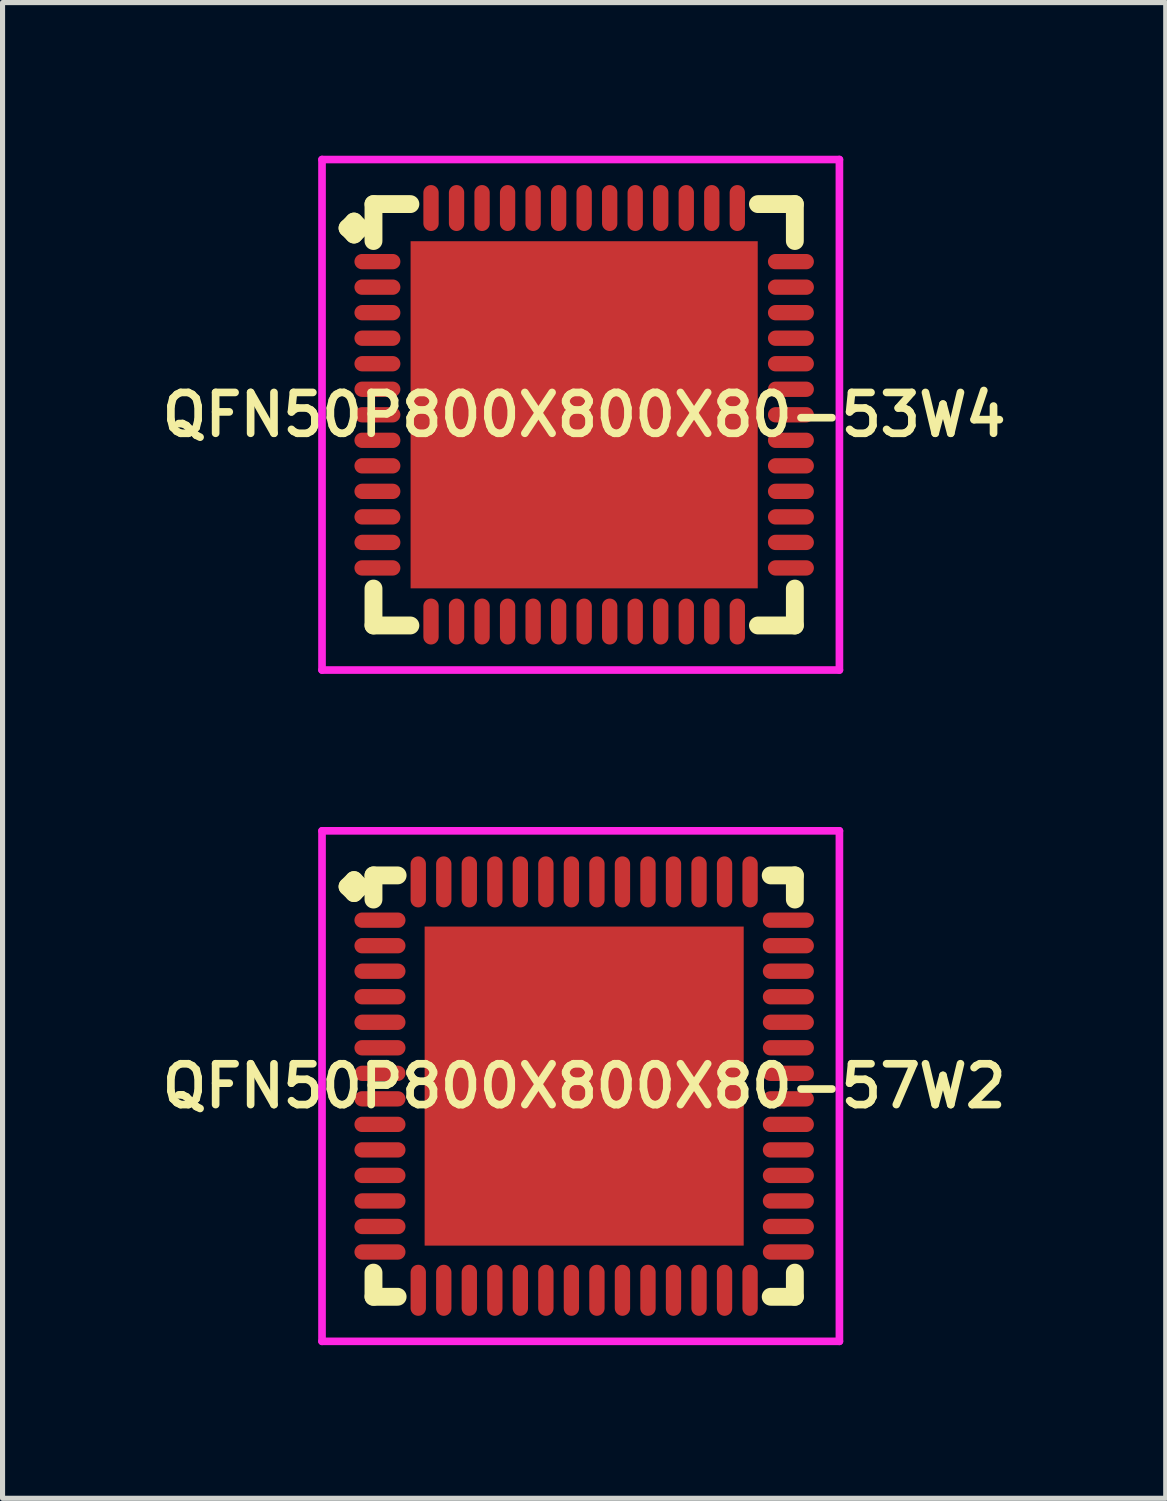
<source format=kicad_pcb>
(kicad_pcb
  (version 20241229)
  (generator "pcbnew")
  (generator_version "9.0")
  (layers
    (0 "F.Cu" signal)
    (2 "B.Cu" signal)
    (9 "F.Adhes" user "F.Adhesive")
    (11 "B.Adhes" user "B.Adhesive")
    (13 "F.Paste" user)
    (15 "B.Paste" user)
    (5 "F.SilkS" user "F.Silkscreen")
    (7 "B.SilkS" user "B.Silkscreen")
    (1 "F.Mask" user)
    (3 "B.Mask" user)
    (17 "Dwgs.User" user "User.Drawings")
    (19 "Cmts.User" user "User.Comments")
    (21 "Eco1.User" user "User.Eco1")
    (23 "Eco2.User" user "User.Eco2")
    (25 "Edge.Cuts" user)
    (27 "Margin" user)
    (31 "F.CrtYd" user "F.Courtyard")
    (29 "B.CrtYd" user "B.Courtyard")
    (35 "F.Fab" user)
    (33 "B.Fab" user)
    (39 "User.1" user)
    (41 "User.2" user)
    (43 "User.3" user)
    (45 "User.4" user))
  (footprint "QFN50P800X800X80-57W2"
    (layer "F.Cu")
    (at 8.393 18.225)
    (property "Reference" "QFN50P800X800X80-57W2" (at 0 0 0) (layer "F.SilkS") (effects (font (size 0.8 0.8) (thickness 0.15))))
    (attr through_hole)
    (fp_line (start -4.635 -3.908) (end -4.508 -4.035) (stroke (width 0.35) (type solid)) (layer "F.SilkS"))
    (fp_line (start -4.508 -4.035) (end -4.381 -3.908) (stroke (width 0.35) (type solid)) (layer "F.SilkS"))
    (fp_line (start -4.508 -3.781) (end -4.635 -3.908) (stroke (width 0.35) (type solid)) (layer "F.SilkS"))
    (fp_line (start -4.381 -3.908) (end -4.508 -3.781) (stroke (width 0.35) (type solid)) (layer "F.SilkS"))
    (fp_line (start -4.127 -4.127) (end -3.654 -4.127) (stroke (width 0.35) (type solid)) (layer "F.SilkS"))
    (fp_line (start -4.127 -3.654) (end -4.127 -4.127) (stroke (width 0.35) (type solid)) (layer "F.SilkS"))
    (fp_line (start -4.127 3.654) (end -4.127 4.127) (stroke (width 0.35) (type solid)) (layer "F.SilkS"))
    (fp_line (start -4.127 4.127) (end -3.654 4.127) (stroke (width 0.35) (type solid)) (layer "F.SilkS"))
    (fp_line (start 3.654 -4.127) (end 4.127 -4.127) (stroke (width 0.35) (type solid)) (layer "F.SilkS"))
    (fp_line (start 3.654 4.127) (end 4.127 4.127) (stroke (width 0.35) (type solid)) (layer "F.SilkS"))
    (fp_line (start 4.127 -4.127) (end 4.127 -3.654) (stroke (width 0.35) (type solid)) (layer "F.SilkS"))
    (fp_line (start 4.127 4.127) (end 4.127 3.654) (stroke (width 0.35) (type solid)) (layer "F.SilkS"))
    (fp_line (start -5.135 -5) (end 5 -5) (stroke (width 0.15) (type solid)) (layer "F.CrtYd"))
    (fp_line (start -5.135 5) (end -5.135 -5) (stroke (width 0.15) (type solid)) (layer "F.CrtYd"))
    (fp_line (start 5 -5) (end 5 5) (stroke (width 0.15) (type solid)) (layer "F.CrtYd"))
    (fp_line (start 5 5) (end -5.135 5) (stroke (width 0.15) (type solid)) (layer "F.CrtYd"))
    (pad "1" smd oval (at -4 -3.25) (size 1 0.3) (layers "F.Cu" "F.Mask" "F.Paste"))
    (pad "2" smd oval (at -4 -2.75) (size 1 0.3) (layers "F.Cu" "F.Mask" "F.Paste"))
    (pad "3" smd oval (at -4 -2.25) (size 1 0.3) (layers "F.Cu" "F.Mask" "F.Paste"))
    (pad "4" smd oval (at -4 -1.75) (size 1 0.3) (layers "F.Cu" "F.Mask" "F.Paste"))
    (pad "5" smd oval (at -4 -1.25) (size 1 0.3) (layers "F.Cu" "F.Mask" "F.Paste"))
    (pad "6" smd oval (at -4 -0.75) (size 1 0.3) (layers "F.Cu" "F.Mask" "F.Paste"))
    (pad "7" smd oval (at -4 -0.25) (size 1 0.3) (layers "F.Cu" "F.Mask" "F.Paste"))
    (pad "8" smd oval (at -4 0.25) (size 1 0.3) (layers "F.Cu" "F.Mask" "F.Paste"))
    (pad "9" smd oval (at -4 0.75) (size 1 0.3) (layers "F.Cu" "F.Mask" "F.Paste"))
    (pad "10" smd oval (at -4 1.25) (size 1 0.3) (layers "F.Cu" "F.Mask" "F.Paste"))
    (pad "11" smd oval (at -4 1.75) (size 1 0.3) (layers "F.Cu" "F.Mask" "F.Paste"))
    (pad "12" smd oval (at -4 2.25) (size 1 0.3) (layers "F.Cu" "F.Mask" "F.Paste"))
    (pad "13" smd oval (at -4 2.75) (size 1 0.3) (layers "F.Cu" "F.Mask" "F.Paste"))
    (pad "14" smd oval (at -4 3.25) (size 1 0.3) (layers "F.Cu" "F.Mask" "F.Paste"))
    (pad "15" smd oval (at -3.25 4) (size 0.3 1) (layers "F.Cu" "F.Mask" "F.Paste"))
    (pad "16" smd oval (at -2.75 4) (size 0.3 1) (layers "F.Cu" "F.Mask" "F.Paste"))
    (pad "17" smd oval (at -2.25 4) (size 0.3 1) (layers "F.Cu" "F.Mask" "F.Paste"))
    (pad "18" smd oval (at -1.75 4) (size 0.3 1) (layers "F.Cu" "F.Mask" "F.Paste"))
    (pad "19" smd oval (at -1.25 4) (size 0.3 1) (layers "F.Cu" "F.Mask" "F.Paste"))
    (pad "20" smd oval (at -0.75 4) (size 0.3 1) (layers "F.Cu" "F.Mask" "F.Paste"))
    (pad "21" smd oval (at -0.25 4) (size 0.3 1) (layers "F.Cu" "F.Mask" "F.Paste"))
    (pad "22" smd oval (at 0.25 4) (size 0.3 1) (layers "F.Cu" "F.Mask" "F.Paste"))
    (pad "23" smd oval (at 0.75 4) (size 0.3 1) (layers "F.Cu" "F.Mask" "F.Paste"))
    (pad "24" smd oval (at 1.25 4) (size 0.3 1) (layers "F.Cu" "F.Mask" "F.Paste"))
    (pad "25" smd oval (at 1.75 4) (size 0.3 1) (layers "F.Cu" "F.Mask" "F.Paste"))
    (pad "26" smd oval (at 2.25 4) (size 0.3 1) (layers "F.Cu" "F.Mask" "F.Paste"))
    (pad "27" smd oval (at 2.75 4) (size 0.3 1) (layers "F.Cu" "F.Mask" "F.Paste"))
    (pad "28" smd oval (at 3.25 4) (size 0.3 1) (layers "F.Cu" "F.Mask" "F.Paste"))
    (pad "29" smd oval (at 4 3.25) (size 1 0.3) (layers "F.Cu" "F.Mask" "F.Paste"))
    (pad "30" smd oval (at 4 2.75) (size 1 0.3) (layers "F.Cu" "F.Mask" "F.Paste"))
    (pad "31" smd oval (at 4 2.25) (size 1 0.3) (layers "F.Cu" "F.Mask" "F.Paste"))
    (pad "32" smd oval (at 4 1.75) (size 1 0.3) (layers "F.Cu" "F.Mask" "F.Paste"))
    (pad "33" smd oval (at 4 1.25) (size 1 0.3) (layers "F.Cu" "F.Mask" "F.Paste"))
    (pad "34" smd oval (at 4 0.75) (size 1 0.3) (layers "F.Cu" "F.Mask" "F.Paste"))
    (pad "35" smd oval (at 4 0.25) (size 1 0.3) (layers "F.Cu" "F.Mask" "F.Paste"))
    (pad "36" smd oval (at 4 -0.25) (size 1 0.3) (layers "F.Cu" "F.Mask" "F.Paste"))
    (pad "37" smd oval (at 4 -0.75) (size 1 0.3) (layers "F.Cu" "F.Mask" "F.Paste"))
    (pad "38" smd oval (at 4 -1.25) (size 1 0.3) (layers "F.Cu" "F.Mask" "F.Paste"))
    (pad "39" smd oval (at 4 -1.75) (size 1 0.3) (layers "F.Cu" "F.Mask" "F.Paste"))
    (pad "40" smd oval (at 4 -2.25) (size 1 0.3) (layers "F.Cu" "F.Mask" "F.Paste"))
    (pad "41" smd oval (at 4 -2.75) (size 1 0.3) (layers "F.Cu" "F.Mask" "F.Paste"))
    (pad "42" smd oval (at 4 -3.25) (size 1 0.3) (layers "F.Cu" "F.Mask" "F.Paste"))
    (pad "43" smd oval (at 3.25 -4) (size 0.3 1) (layers "F.Cu" "F.Mask" "F.Paste"))
    (pad "44" smd oval (at 2.75 -4) (size 0.3 1) (layers "F.Cu" "F.Mask" "F.Paste"))
    (pad "45" smd oval (at 2.25 -4) (size 0.3 1) (layers "F.Cu" "F.Mask" "F.Paste"))
    (pad "46" smd oval (at 1.75 -4) (size 0.3 1) (layers "F.Cu" "F.Mask" "F.Paste"))
    (pad "47" smd oval (at 1.25 -4) (size 0.3 1) (layers "F.Cu" "F.Mask" "F.Paste"))
    (pad "48" smd oval (at 0.75 -4) (size 0.3 1) (layers "F.Cu" "F.Mask" "F.Paste"))
    (pad "49" smd oval (at 0.25 -4) (size 0.3 1) (layers "F.Cu" "F.Mask" "F.Paste"))
    (pad "50" smd oval (at -0.25 -4) (size 0.3 1) (layers "F.Cu" "F.Mask" "F.Paste"))
    (pad "51" smd oval (at -0.75 -4) (size 0.3 1) (layers "F.Cu" "F.Mask" "F.Paste"))
    (pad "52" smd oval (at -1.25 -4) (size 0.3 1) (layers "F.Cu" "F.Mask" "F.Paste"))
    (pad "53" smd oval (at -1.75 -4) (size 0.3 1) (layers "F.Cu" "F.Mask" "F.Paste"))
    (pad "54" smd oval (at -2.25 -4) (size 0.3 1) (layers "F.Cu" "F.Mask" "F.Paste"))
    (pad "55" smd oval (at -2.75 -4) (size 0.3 1) (layers "F.Cu" "F.Mask" "F.Paste"))
    (pad "56" smd oval (at -3.25 -4) (size 0.3 1) (layers "F.Cu" "F.Mask" "F.Paste"))
    (pad "57" smd rect (at 0 0) (size 6.25 6.25) (layers "F.Cu" "F.Mask" "F.Paste")))
  (footprint "QFN50P800X800X80-53W4"
    (layer "F.Cu")
    (at 8.393 5.075)
    (property "Reference" "QFN50P800X800X80-53W4" (at 0 0 0) (layer "F.SilkS") (effects (font (size 0.8 0.8) (thickness 0.15))))
    (attr through_hole)
    (fp_line (start -4.635 -3.658) (end -4.508 -3.785) (stroke (width 0.35) (type solid)) (layer "F.SilkS"))
    (fp_line (start -4.508 -3.785) (end -4.381 -3.658) (stroke (width 0.35) (type solid)) (layer "F.SilkS"))
    (fp_line (start -4.508 -3.531) (end -4.635 -3.658) (stroke (width 0.35) (type solid)) (layer "F.SilkS"))
    (fp_line (start -4.381 -3.658) (end -4.508 -3.531) (stroke (width 0.35) (type solid)) (layer "F.SilkS"))
    (fp_line (start -4.127 -4.127) (end -3.404 -4.127) (stroke (width 0.35) (type solid)) (layer "F.SilkS"))
    (fp_line (start -4.127 -3.404) (end -4.127 -4.127) (stroke (width 0.35) (type solid)) (layer "F.SilkS"))
    (fp_line (start -4.127 3.404) (end -4.127 4.127) (stroke (width 0.35) (type solid)) (layer "F.SilkS"))
    (fp_line (start -4.127 4.127) (end -3.404 4.127) (stroke (width 0.35) (type solid)) (layer "F.SilkS"))
    (fp_line (start 3.404 -4.127) (end 4.127 -4.127) (stroke (width 0.35) (type solid)) (layer "F.SilkS"))
    (fp_line (start 3.404 4.127) (end 4.127 4.127) (stroke (width 0.35) (type solid)) (layer "F.SilkS"))
    (fp_line (start 4.127 -4.127) (end 4.127 -3.404) (stroke (width 0.35) (type solid)) (layer "F.SilkS"))
    (fp_line (start 4.127 4.127) (end 4.127 3.404) (stroke (width 0.35) (type solid)) (layer "F.SilkS"))
    (fp_line (start -5.135 -5) (end 5 -5) (stroke (width 0.15) (type solid)) (layer "F.CrtYd"))
    (fp_line (start -5.135 5) (end -5.135 -5) (stroke (width 0.15) (type solid)) (layer "F.CrtYd"))
    (fp_line (start 5 -5) (end 5 5) (stroke (width 0.15) (type solid)) (layer "F.CrtYd"))
    (fp_line (start 5 5) (end -5.135 5) (stroke (width 0.15) (type solid)) (layer "F.CrtYd"))
    (pad "1" smd oval (at -4.05 -3) (size 0.9 0.3) (layers "F.Cu" "F.Mask" "F.Paste"))
    (pad "2" smd oval (at -4.05 -2.5) (size 0.9 0.3) (layers "F.Cu" "F.Mask" "F.Paste"))
    (pad "3" smd oval (at -4.05 -2) (size 0.9 0.3) (layers "F.Cu" "F.Mask" "F.Paste"))
    (pad "4" smd oval (at -4.05 -1.5) (size 0.9 0.3) (layers "F.Cu" "F.Mask" "F.Paste"))
    (pad "5" smd oval (at -4.05 -1) (size 0.9 0.3) (layers "F.Cu" "F.Mask" "F.Paste"))
    (pad "6" smd oval (at -4.05 -0.5) (size 0.9 0.3) (layers "F.Cu" "F.Mask" "F.Paste"))
    (pad "7" smd oval (at -4.05 0) (size 0.9 0.3) (layers "F.Cu" "F.Mask" "F.Paste"))
    (pad "8" smd oval (at -4.05 0.5) (size 0.9 0.3) (layers "F.Cu" "F.Mask" "F.Paste"))
    (pad "9" smd oval (at -4.05 1) (size 0.9 0.3) (layers "F.Cu" "F.Mask" "F.Paste"))
    (pad "10" smd oval (at -4.05 1.5) (size 0.9 0.3) (layers "F.Cu" "F.Mask" "F.Paste"))
    (pad "11" smd oval (at -4.05 2) (size 0.9 0.3) (layers "F.Cu" "F.Mask" "F.Paste"))
    (pad "12" smd oval (at -4.05 2.5) (size 0.9 0.3) (layers "F.Cu" "F.Mask" "F.Paste"))
    (pad "13" smd oval (at -4.05 3) (size 0.9 0.3) (layers "F.Cu" "F.Mask" "F.Paste"))
    (pad "14" smd oval (at -3 4.05) (size 0.3 0.9) (layers "F.Cu" "F.Mask" "F.Paste"))
    (pad "15" smd oval (at -2.5 4.05) (size 0.3 0.9) (layers "F.Cu" "F.Mask" "F.Paste"))
    (pad "16" smd oval (at -2 4.05) (size 0.3 0.9) (layers "F.Cu" "F.Mask" "F.Paste"))
    (pad "17" smd oval (at -1.5 4.05) (size 0.3 0.9) (layers "F.Cu" "F.Mask" "F.Paste"))
    (pad "18" smd oval (at -1 4.05) (size 0.3 0.9) (layers "F.Cu" "F.Mask" "F.Paste"))
    (pad "19" smd oval (at -0.5 4.05) (size 0.3 0.9) (layers "F.Cu" "F.Mask" "F.Paste"))
    (pad "20" smd oval (at 0 4.05) (size 0.3 0.9) (layers "F.Cu" "F.Mask" "F.Paste"))
    (pad "21" smd oval (at 0.5 4.05) (size 0.3 0.9) (layers "F.Cu" "F.Mask" "F.Paste"))
    (pad "22" smd oval (at 1 4.05) (size 0.3 0.9) (layers "F.Cu" "F.Mask" "F.Paste"))
    (pad "23" smd oval (at 1.5 4.05) (size 0.3 0.9) (layers "F.Cu" "F.Mask" "F.Paste"))
    (pad "24" smd oval (at 2 4.05) (size 0.3 0.9) (layers "F.Cu" "F.Mask" "F.Paste"))
    (pad "25" smd oval (at 2.5 4.05) (size 0.3 0.9) (layers "F.Cu" "F.Mask" "F.Paste"))
    (pad "26" smd oval (at 3 4.05) (size 0.3 0.9) (layers "F.Cu" "F.Mask" "F.Paste"))
    (pad "27" smd oval (at 4.05 3) (size 0.9 0.3) (layers "F.Cu" "F.Mask" "F.Paste"))
    (pad "28" smd oval (at 4.05 2.5) (size 0.9 0.3) (layers "F.Cu" "F.Mask" "F.Paste"))
    (pad "29" smd oval (at 4.05 2) (size 0.9 0.3) (layers "F.Cu" "F.Mask" "F.Paste"))
    (pad "30" smd oval (at 4.05 1.5) (size 0.9 0.3) (layers "F.Cu" "F.Mask" "F.Paste"))
    (pad "31" smd oval (at 4.05 1) (size 0.9 0.3) (layers "F.Cu" "F.Mask" "F.Paste"))
    (pad "32" smd oval (at 4.05 0.5) (size 0.9 0.3) (layers "F.Cu" "F.Mask" "F.Paste"))
    (pad "33" smd oval (at 4.05 0) (size 0.9 0.3) (layers "F.Cu" "F.Mask" "F.Paste"))
    (pad "34" smd oval (at 4.05 -0.5) (size 0.9 0.3) (layers "F.Cu" "F.Mask" "F.Paste"))
    (pad "35" smd oval (at 4.05 -1) (size 0.9 0.3) (layers "F.Cu" "F.Mask" "F.Paste"))
    (pad "36" smd oval (at 4.05 -1.5) (size 0.9 0.3) (layers "F.Cu" "F.Mask" "F.Paste"))
    (pad "37" smd oval (at 4.05 -2) (size 0.9 0.3) (layers "F.Cu" "F.Mask" "F.Paste"))
    (pad "38" smd oval (at 4.05 -2.5) (size 0.9 0.3) (layers "F.Cu" "F.Mask" "F.Paste"))
    (pad "39" smd oval (at 4.05 -3) (size 0.9 0.3) (layers "F.Cu" "F.Mask" "F.Paste"))
    (pad "40" smd oval (at 3 -4.05) (size 0.3 0.9) (layers "F.Cu" "F.Mask" "F.Paste"))
    (pad "41" smd oval (at 2.5 -4.05) (size 0.3 0.9) (layers "F.Cu" "F.Mask" "F.Paste"))
    (pad "42" smd oval (at 2 -4.05) (size 0.3 0.9) (layers "F.Cu" "F.Mask" "F.Paste"))
    (pad "43" smd oval (at 1.5 -4.05) (size 0.3 0.9) (layers "F.Cu" "F.Mask" "F.Paste"))
    (pad "44" smd oval (at 1 -4.05) (size 0.3 0.9) (layers "F.Cu" "F.Mask" "F.Paste"))
    (pad "45" smd oval (at 0.5 -4.05) (size 0.3 0.9) (layers "F.Cu" "F.Mask" "F.Paste"))
    (pad "46" smd oval (at 0 -4.05) (size 0.3 0.9) (layers "F.Cu" "F.Mask" "F.Paste"))
    (pad "47" smd oval (at -0.5 -4.05) (size 0.3 0.9) (layers "F.Cu" "F.Mask" "F.Paste"))
    (pad "48" smd oval (at -1 -4.05) (size 0.3 0.9) (layers "F.Cu" "F.Mask" "F.Paste"))
    (pad "49" smd oval (at -1.5 -4.05) (size 0.3 0.9) (layers "F.Cu" "F.Mask" "F.Paste"))
    (pad "50" smd oval (at -2 -4.05) (size 0.3 0.9) (layers "F.Cu" "F.Mask" "F.Paste"))
    (pad "51" smd oval (at -2.5 -4.05) (size 0.3 0.9) (layers "F.Cu" "F.Mask" "F.Paste"))
    (pad "52" smd oval (at -3 -4.05) (size 0.3 0.9) (layers "F.Cu" "F.Mask" "F.Paste"))
    (pad "53" smd rect (at 0 0) (size 6.8 6.8) (layers "F.Cu" "F.Mask" "F.Paste")))
  (gr_rect
    (start -3 -3)
    (end 19.785 26.3)
    (stroke (width 0.1) (type default))
    (fill no)
    (layer "Edge.Cuts")))
</source>
